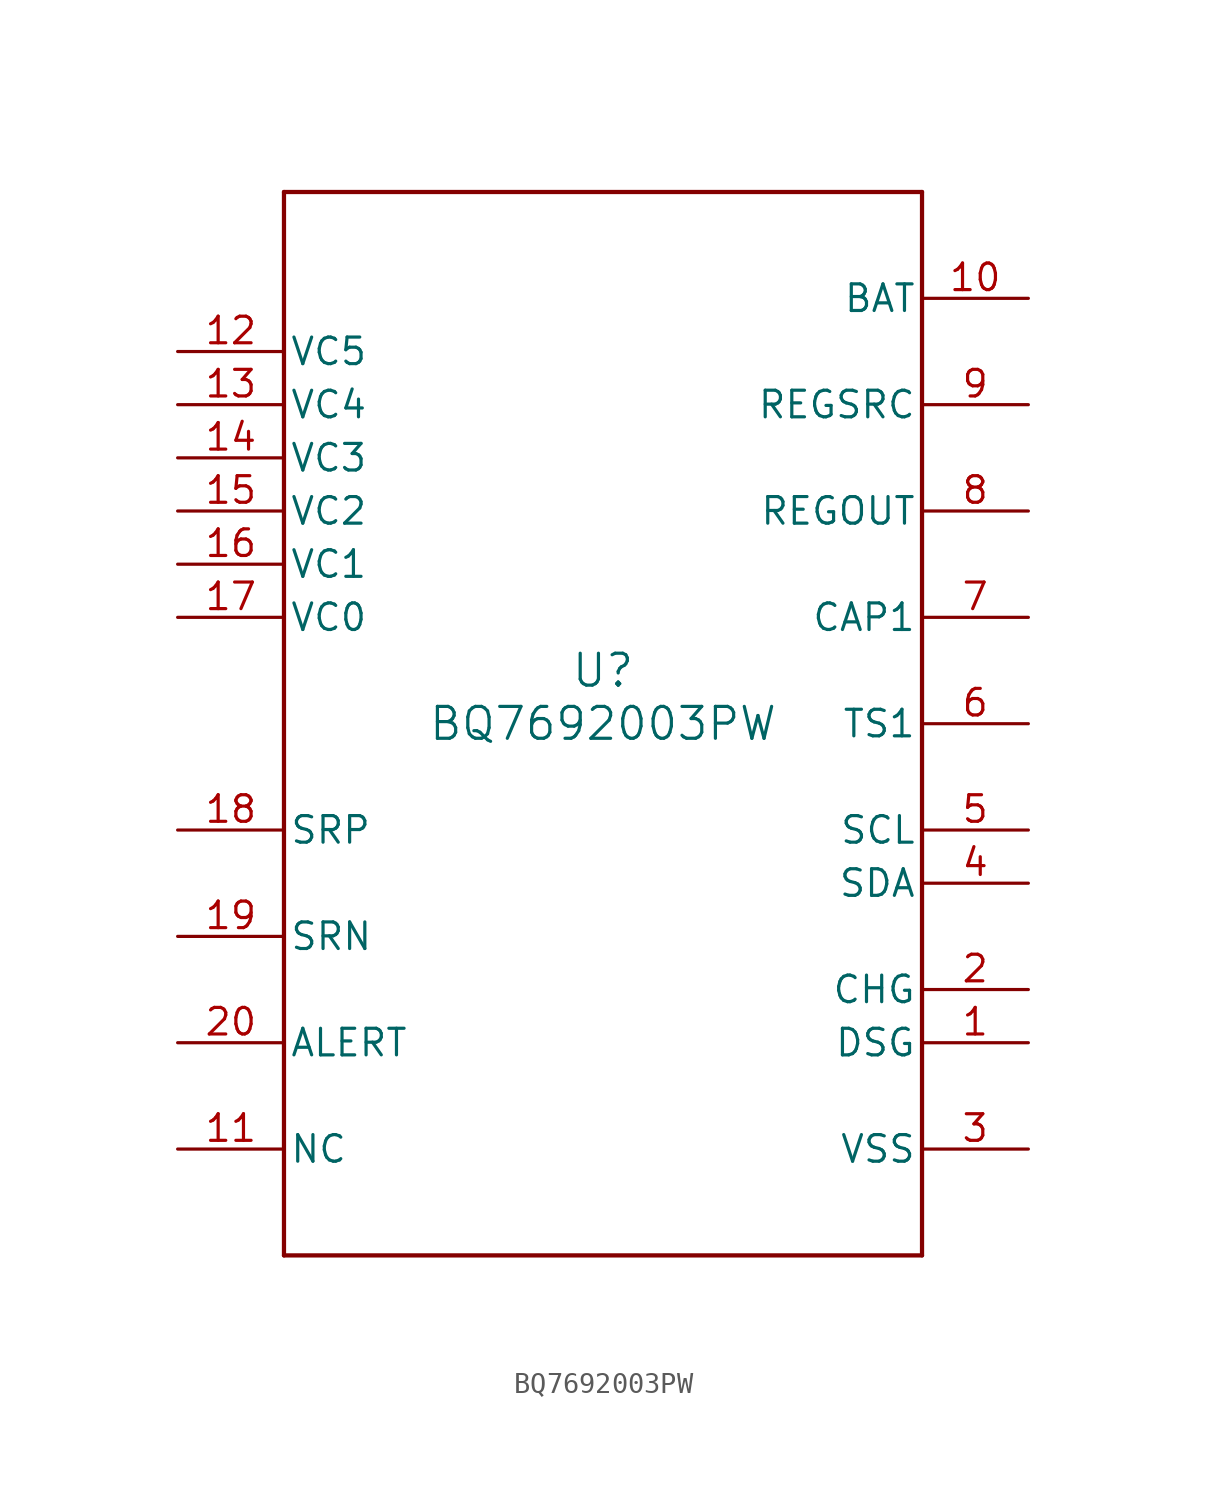
<source format=kicad_sym>
(kicad_symbol_lib
  (version 20211014)
  (generator kicad_symbol_editor)
  (symbol "BQ7692003PW"
    (pin_names
      (offset 0.254))
    (property "Reference" "U"
      (at 0 2.54 0)
      (effects (font (size 1.524 1.524))))
    (property "Value" "BQ7692003PW"
      (at 0 0 0)
      (effects (font (size 1.524 1.524))))
    (symbol "BQ7692003PW_0_1"
      (polyline (pts (xy -15.24 -25.4) (xy 15.24 -25.4)) (stroke (width 0.203) (type default) (color 0 0 0 0)) (fill (type none)))
      (polyline (pts (xy 15.24 -25.4) (xy 15.24 25.4)) (stroke (width 0.203) (type default) (color 0 0 0 0)) (fill (type none)))
      (polyline (pts (xy 15.24 25.4) (xy -15.24 25.4)) (stroke (width 0.203) (type default) (color 0 0 0 0)) (fill (type none)))
      (polyline (pts (xy -15.24 25.4) (xy -15.24 -25.4)) (stroke (width 0.203) (type default) (color 0 0 0 0)) (fill (type none)))
      (pin output line (at 20.32 -15.24 180) (length 5.08) (name "DSG" (effects (font (size 1.27 1.27)))) (number "1" (effects (font (size 1.27 1.27)))))
      (pin output line (at 20.32 -12.7 180) (length 5.08) (name "CHG" (effects (font (size 1.27 1.27)))) (number "2" (effects (font (size 1.27 1.27)))))
      (pin power_in line (at 20.32 -20.32 180) (length 5.08) (name "VSS" (effects (font (size 1.27 1.27)))) (number "3" (effects (font (size 1.27 1.27)))))
      (pin bidirectional line (at 20.32 -7.62 180) (length 5.08) (name "SDA" (effects (font (size 1.27 1.27)))) (number "4" (effects (font (size 1.27 1.27)))))
      (pin input line (at 20.32 -5.08 180) (length 5.08) (name "SCL" (effects (font (size 1.27 1.27)))) (number "5" (effects (font (size 1.27 1.27)))))
      (pin input line (at 20.32 0 180) (length 5.08) (name "TS1" (effects (font (size 1.27 1.27)))) (number "6" (effects (font (size 1.27 1.27)))))
      (pin output line (at 20.32 5.08 180) (length 5.08) (name "CAP1" (effects (font (size 1.27 1.27)))) (number "7" (effects (font (size 1.27 1.27)))))
      (pin power_in line (at 20.32 10.16 180) (length 5.08) (name "REGOUT" (effects (font (size 1.27 1.27)))) (number "8" (effects (font (size 1.27 1.27)))))
      (pin power_in line (at 20.32 15.24 180) (length 5.08) (name "REGSRC" (effects (font (size 1.27 1.27)))) (number "9" (effects (font (size 1.27 1.27)))))
      (pin power_in line (at 20.32 20.32 180) (length 5.08) (name "BAT" (effects (font (size 1.27 1.27)))) (number "10" (effects (font (size 1.27 1.27)))))
      (pin unspecified line (at -20.32 -20.32 0) (length 5.08) (name "NC" (effects (font (size 1.27 1.27)))) (number "11" (effects (font (size 1.27 1.27)))))
      (pin input line (at -20.32 17.78 0) (length 5.08) (name "VC5" (effects (font (size 1.27 1.27)))) (number "12" (effects (font (size 1.27 1.27)))))
      (pin input line (at -20.32 15.24 0) (length 5.08) (name "VC4" (effects (font (size 1.27 1.27)))) (number "13" (effects (font (size 1.27 1.27)))))
      (pin input line (at -20.32 12.7 0) (length 5.08) (name "VC3" (effects (font (size 1.27 1.27)))) (number "14" (effects (font (size 1.27 1.27)))))
      (pin input line (at -20.32 10.16 0) (length 5.08) (name "VC2" (effects (font (size 1.27 1.27)))) (number "15" (effects (font (size 1.27 1.27)))))
      (pin input line (at -20.32 7.62 0) (length 5.08) (name "VC1" (effects (font (size 1.27 1.27)))) (number "16" (effects (font (size 1.27 1.27)))))
      (pin input line (at -20.32 5.08 0) (length 5.08) (name "VC0" (effects (font (size 1.27 1.27)))) (number "17" (effects (font (size 1.27 1.27)))))
      (pin input line (at -20.32 -5.08 0) (length 5.08) (name "SRP" (effects (font (size 1.27 1.27)))) (number "18" (effects (font (size 1.27 1.27)))))
      (pin input line (at -20.32 -10.16 0) (length 5.08) (name "SRN" (effects (font (size 1.27 1.27)))) (number "19" (effects (font (size 1.27 1.27)))))
      (pin bidirectional line (at -20.32 -15.24 0) (length 5.08) (name "ALERT" (effects (font (size 1.27 1.27)))) (number "20" (effects (font (size 1.27 1.27))))))))
</source>
